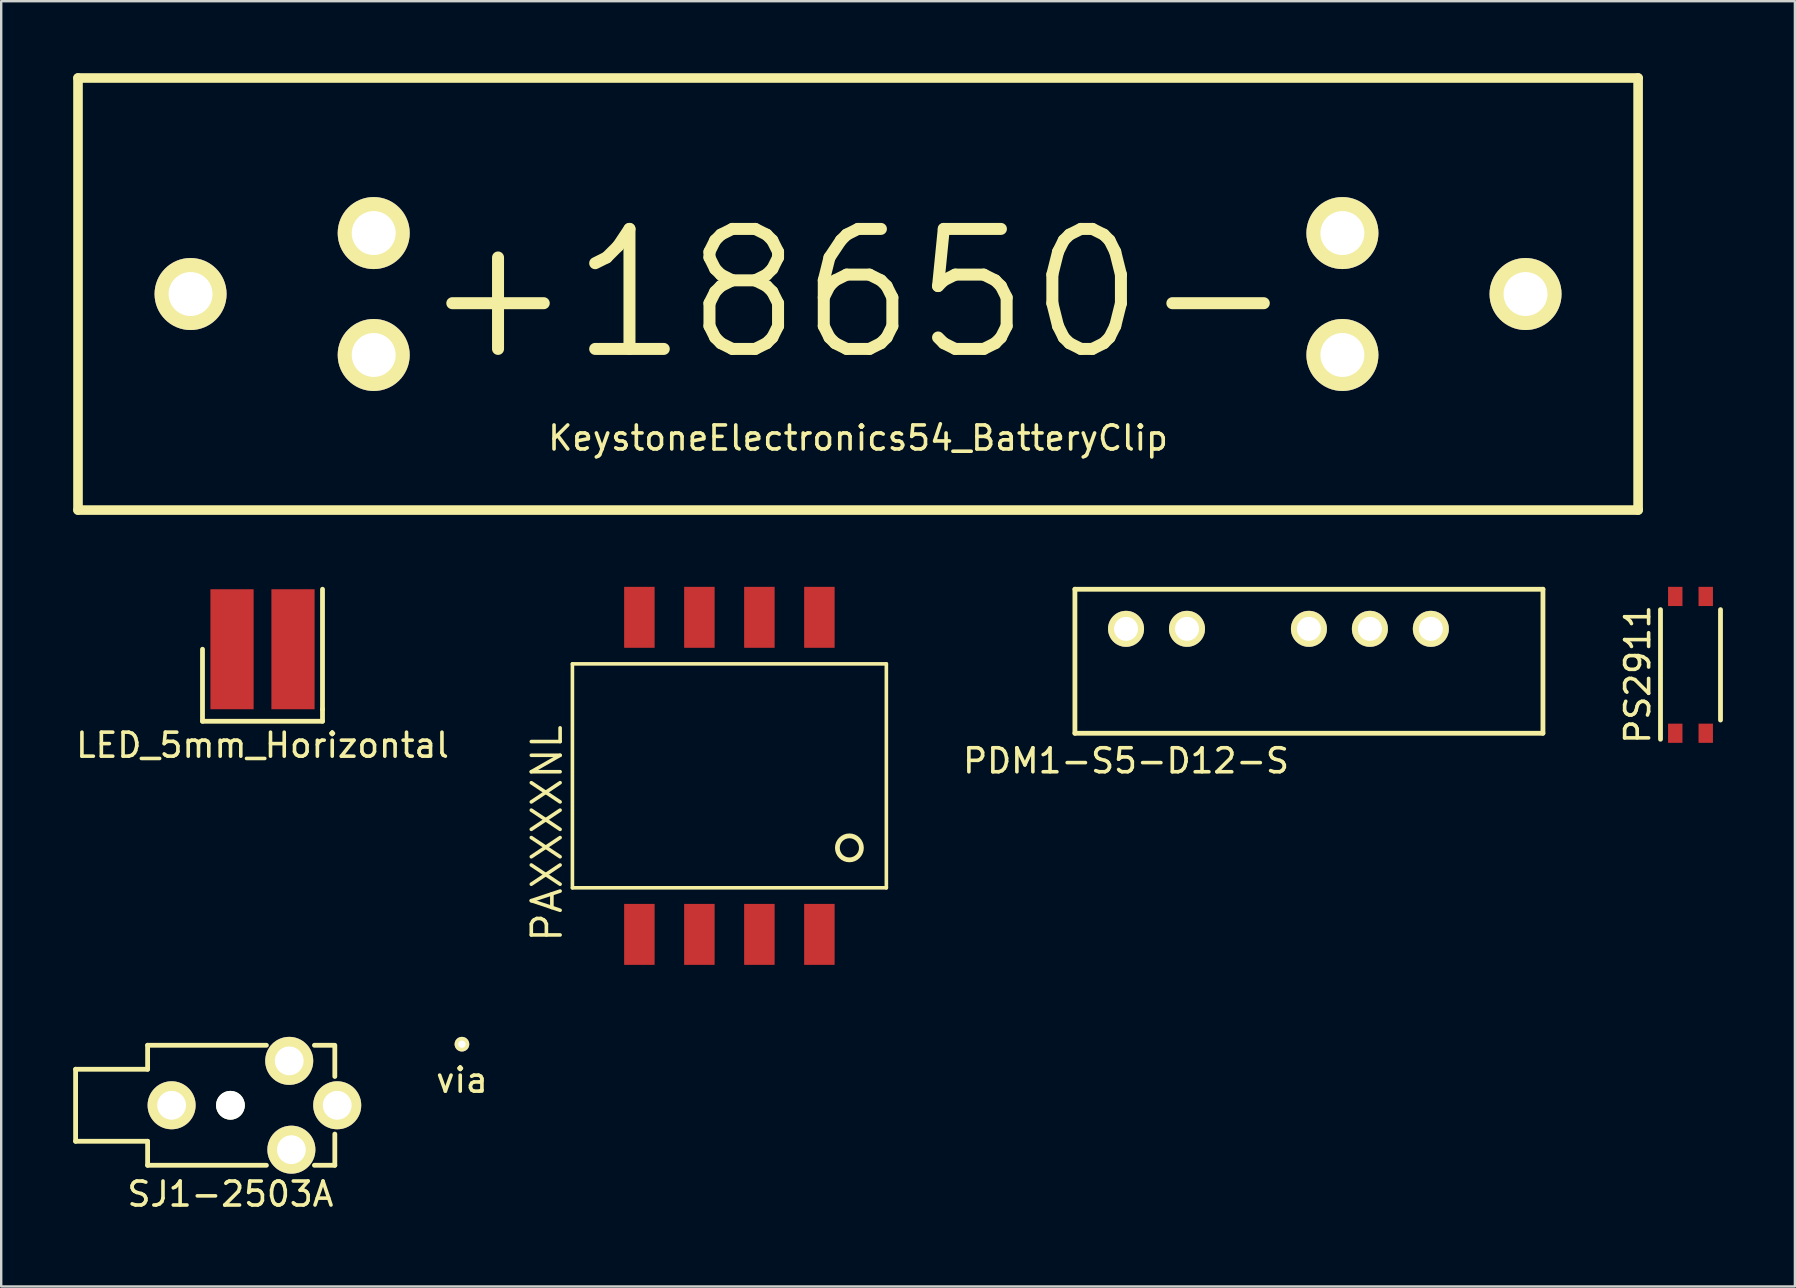
<source format=kicad_pcb>
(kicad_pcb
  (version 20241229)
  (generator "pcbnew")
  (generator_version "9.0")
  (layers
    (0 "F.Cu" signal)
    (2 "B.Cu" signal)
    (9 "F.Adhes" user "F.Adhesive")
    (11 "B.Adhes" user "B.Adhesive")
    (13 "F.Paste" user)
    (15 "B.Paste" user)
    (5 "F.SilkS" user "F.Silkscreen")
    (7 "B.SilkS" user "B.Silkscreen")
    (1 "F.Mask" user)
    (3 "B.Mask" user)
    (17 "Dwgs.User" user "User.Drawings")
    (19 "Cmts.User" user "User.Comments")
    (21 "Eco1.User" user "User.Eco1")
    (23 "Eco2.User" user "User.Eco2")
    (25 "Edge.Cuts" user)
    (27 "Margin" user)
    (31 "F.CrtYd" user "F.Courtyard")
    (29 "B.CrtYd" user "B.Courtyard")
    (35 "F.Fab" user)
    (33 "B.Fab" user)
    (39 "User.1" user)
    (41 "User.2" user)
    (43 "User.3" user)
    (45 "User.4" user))
  (footprint "SJ1-2503A"
    (layer "F.Cu")
    (at 6.55 43)
    (property "Reference" "SJ1-2503A" (at 0 3.7 0) (layer "F.SilkS") (effects (font (size 1 1) (thickness 0.15))))
    (attr through_hole)
    (fp_line (start -6.45 -1.5) (end -6.45 1.5) (stroke (width 0.2) (type solid)) (layer "F.SilkS"))
    (fp_line (start -6.45 1.5) (end -3.45 1.5) (stroke (width 0.2) (type solid)) (layer "F.SilkS"))
    (fp_line (start -3.45 -2.5) (end -3.45 -1.5) (stroke (width 0.2) (type solid)) (layer "F.SilkS"))
    (fp_line (start -3.45 -2.5) (end 1.5 -2.5) (stroke (width 0.2) (type solid)) (layer "F.SilkS"))
    (fp_line (start -3.45 -1.5) (end -6.45 -1.5) (stroke (width 0.2) (type solid)) (layer "F.SilkS"))
    (fp_line (start -3.45 2.5) (end -3.45 1.5) (stroke (width 0.2) (type solid)) (layer "F.SilkS"))
    (fp_line (start -3.45 2.5) (end 1.5 2.5) (stroke (width 0.2) (type solid)) (layer "F.SilkS"))
    (fp_line (start 3.5 -2.5) (end 4.3 -2.5) (stroke (width 0.2) (type solid)) (layer "F.SilkS"))
    (fp_line (start 4.35 -2.5) (end 4.35 -1.2) (stroke (width 0.2) (type solid)) (layer "F.SilkS"))
    (fp_line (start 4.35 1.2) (end 4.35 2.5) (stroke (width 0.2) (type solid)) (layer "F.SilkS"))
    (fp_line (start 4.35 2.5) (end 3.5 2.5) (stroke (width 0.2) (type solid)) (layer "F.SilkS"))
    (pad "" np_thru_hole circle (at 0 0) (size 1.2 1.2) (drill 1.2) (layers "*.Cu" "*.Mask" "F.SilkS"))
    (pad "1" thru_hole circle (at -2.45 0) (size 2 2) (drill 1.2) (layers "*.Cu" "*.Mask" "F.SilkS"))
    (pad "2" thru_hole circle (at 2.54 1.85) (size 2 2) (drill 1.2) (layers "*.Cu" "*.Mask" "F.SilkS"))
    (pad "3" thru_hole circle (at 2.45 -1.85) (size 2 2) (drill 1.2) (layers "*.Cu" "*.Mask" "F.SilkS"))
    (pad "4" thru_hole circle (at 4.45 0) (size 2 2) (drill 1.2) (layers "*.Cu" "*.Mask" "F.SilkS")))
  (footprint "LED_5mm_Horizontal"
    (layer "F.Cu")
    (at 7.887 24)
    (property "Reference" "LED_5mm_Horizontal" (at 0 4 0) (layer "F.SilkS") (effects (font (size 1 1) (thickness 0.15))))
    (attr through_hole)
    (fp_line (start -2.5 0) (end -2.5 3) (stroke (width 0.2) (type solid)) (layer "F.SilkS"))
    (fp_line (start -2.5 3) (end 2.5 3) (stroke (width 0.2) (type solid)) (layer "F.SilkS"))
    (fp_line (start 2.5 -2.5) (end 2.5 2.5) (stroke (width 0.2) (type solid)) (layer "F.SilkS"))
    (fp_line (start 2.5 3) (end 2.5 2.5) (stroke (width 0.2) (type solid)) (layer "F.SilkS"))
    (pad "1" smd rect (at 1.27 0) (size 1.8 5) (layers "F.Cu" "F.Mask" "F.Paste"))
    (pad "2" smd rect (at -1.27 0) (size 1.8 5) (layers "F.Cu" "F.Mask" "F.Paste")))
  (footprint "PDM1-S5-D12-S"
    (layer "F.Cu")
    (at 43.865 23.15)
    (property "Reference" "PDM1-S5-D12-S" (at 0 5.5 0) (layer "F.SilkS") (effects (font (size 1 1) (thickness 0.15))))
    (attr through_hole)
    (fp_line (start -2.13 -1.65) (end -2.13 4.35) (stroke (width 0.2) (type solid)) (layer "F.SilkS"))
    (fp_line (start -2.13 -1.65) (end 17.37 -1.65) (stroke (width 0.2) (type solid)) (layer "F.SilkS"))
    (fp_line (start -2.13 4.35) (end 17.37 4.35) (stroke (width 0.2) (type solid)) (layer "F.SilkS"))
    (fp_line (start 17.37 -1.65) (end 17.37 4.35) (stroke (width 0.2) (type solid)) (layer "F.SilkS"))
    (pad "1" thru_hole circle (at 0 0) (size 1.5 1.5) (drill 1) (layers "*.Cu" "*.Mask" "F.SilkS"))
    (pad "2" thru_hole circle (at 2.54 0) (size 1.5 1.5) (drill 1) (layers "*.Cu" "*.Mask" "F.SilkS"))
    (pad "4" thru_hole circle (at 7.62 0) (size 1.5 1.5) (drill 1) (layers "*.Cu" "*.Mask" "F.SilkS"))
    (pad "5" thru_hole circle (at 10.16 0) (size 1.5 1.5) (drill 1) (layers "*.Cu" "*.Mask" "F.SilkS"))
    (pad "6" thru_hole circle (at 12.7 0) (size 1.5 1.5) (drill 1) (layers "*.Cu" "*.Mask" "F.SilkS")))
  (footprint "PAXXXXNL"
    (layer "F.Cu")
    (at 27.339 29.275)
    (property "Reference" "PAXXXXNL" (at -7.6 2.4 90) (layer "F.SilkS") (effects (font (size 1.2 1.2) (thickness 0.15))))
    (attr through_hole)
    (fp_line (start -6.54 -4.665) (end 6.54 -4.665) (stroke (width 0.15) (type solid)) (layer "F.SilkS"))
    (fp_line (start -6.54 4.665) (end -6.54 -4.665) (stroke (width 0.15) (type solid)) (layer "F.SilkS"))
    (fp_line (start 6.54 -4.665) (end 6.54 4.665) (stroke (width 0.15) (type solid)) (layer "F.SilkS"))
    (fp_line (start 6.54 4.665) (end -6.54 4.665) (stroke (width 0.15) (type solid)) (layer "F.SilkS"))
    (fp_circle (center 5 3) (end 5.5 3) (stroke (width 0.2) (type solid)) (fill no) (layer "F.SilkS"))
    (pad "1" smd rect (at 3.75 6.605) (size 1.27 2.54) (layers "F.Cu" "F.Mask" "F.Paste"))
    (pad "2" smd rect (at 1.25 6.605) (size 1.27 2.54) (layers "F.Cu" "F.Mask" "F.Paste"))
    (pad "3" smd rect (at -1.25 6.605) (size 1.27 2.54) (layers "F.Cu" "F.Mask" "F.Paste"))
    (pad "4" smd rect (at -3.75 6.605) (size 1.27 2.54) (layers "F.Cu" "F.Mask" "F.Paste"))
    (pad "5" smd rect (at -3.75 -6.605) (size 1.27 2.54) (layers "F.Cu" "F.Mask" "F.Paste"))
    (pad "6" smd rect (at -1.25 -6.605) (size 1.27 2.54) (layers "F.Cu" "F.Mask" "F.Paste"))
    (pad "7" smd rect (at 1.25 -6.605) (size 1.27 2.54) (layers "F.Cu" "F.Mask" "F.Paste"))
    (pad "8" smd rect (at 3.75 -6.605) (size 1.27 2.54) (layers "F.Cu" "F.Mask" "F.Paste")))
  (footprint "PS2911"
    (layer "F.Cu")
    (at 67.383 24.65)
    (property "Reference" "PS2911" (at -2.2 0.4 90) (layer "F.SilkS") (effects (font (size 1 1) (thickness 0.15))))
    (attr through_hole)
    (fp_line (start -1.25 -2.3) (end -1.25 3.1) (stroke (width 0.2) (type solid)) (layer "F.SilkS"))
    (fp_line (start 1.25 2.3) (end 1.25 -2.3) (stroke (width 0.2) (type solid)) (layer "F.SilkS"))
    (pad "1" smd rect (at -0.635 2.85) (size 0.6 0.8) (layers "F.Cu" "F.Mask" "F.Paste"))
    (pad "2" smd rect (at 0.635 2.85) (size 0.6 0.8) (layers "F.Cu" "F.Mask" "F.Paste"))
    (pad "3" smd rect (at 0.635 -2.85) (size 0.6 0.8) (layers "F.Cu" "F.Mask" "F.Paste"))
    (pad "4" smd rect (at -0.635 -2.85) (size 0.6 0.8) (layers "F.Cu" "F.Mask" "F.Paste")))
  (footprint "KeystoneElectronics54_BatteryClip"
    (layer "F.Cu")
    (at 32.7 9.2)
    (property "Reference" "KeystoneElectronics54_BatteryClip" (at 0 6 0) (layer "F.SilkS") (effects (font (size 1 1) (thickness 0.15))))
    (attr through_hole)
    (fp_line (start -32.5 -9) (end 32.5 -9) (stroke (width 0.4) (type solid)) (layer "F.SilkS"))
    (fp_line (start -32.5 9) (end -32.5 -9) (stroke (width 0.4) (type solid)) (layer "F.SilkS"))
    (fp_line (start -32.5 9) (end 32.5 9) (stroke (width 0.4) (type solid)) (layer "F.SilkS"))
    (fp_line (start 32.5 9) (end 32.5 -9) (stroke (width 0.4) (type solid)) (layer "F.SilkS"))
    (fp_text user "+18650-" (at 0 0 0) (layer "F.SilkS") (effects (font (size 5 5) (thickness 0.5))))
    (pad "1" thru_hole circle (at -27.81 0) (size 3 3) (drill 1.83) (layers "*.Cu" "*.Mask" "F.SilkS"))
    (pad "1" thru_hole circle (at -20.18 -2.54) (size 3 3) (drill 1.83) (layers "*.Cu" "*.Mask" "F.SilkS"))
    (pad "1" thru_hole circle (at -20.18 2.54) (size 3 3) (drill 1.83) (layers "*.Cu" "*.Mask" "F.SilkS"))
    (pad "2" thru_hole circle (at 20.18 -2.54) (size 3 3) (drill 1.83) (layers "*.Cu" "*.Mask" "F.SilkS"))
    (pad "2" thru_hole circle (at 20.18 2.54) (size 3 3) (drill 1.83) (layers "*.Cu" "*.Mask" "F.SilkS"))
    (pad "2" thru_hole circle (at 27.81 0) (size 3 3) (drill 1.83) (layers "*.Cu" "*.Mask" "F.SilkS")))
  (footprint "via"
    (layer "F.Cu")
    (at 16.196 40.455)
    (property "Reference" "via" (at 0 1.5 0) (layer "F.SilkS") (effects (font (size 1 1) (thickness 0.15))))
    (attr through_hole)
    (pad "1" thru_hole circle (at 0 0) (size 0.61 0.61) (drill 0.305) (layers "*.Cu" "*.Mask" "F.SilkS")))
  (gr_rect
    (start -3 -3)
    (end 71.733 50.548)
    (stroke (width 0.1) (type default))
    (fill no)
    (layer "Edge.Cuts")))
</source>
